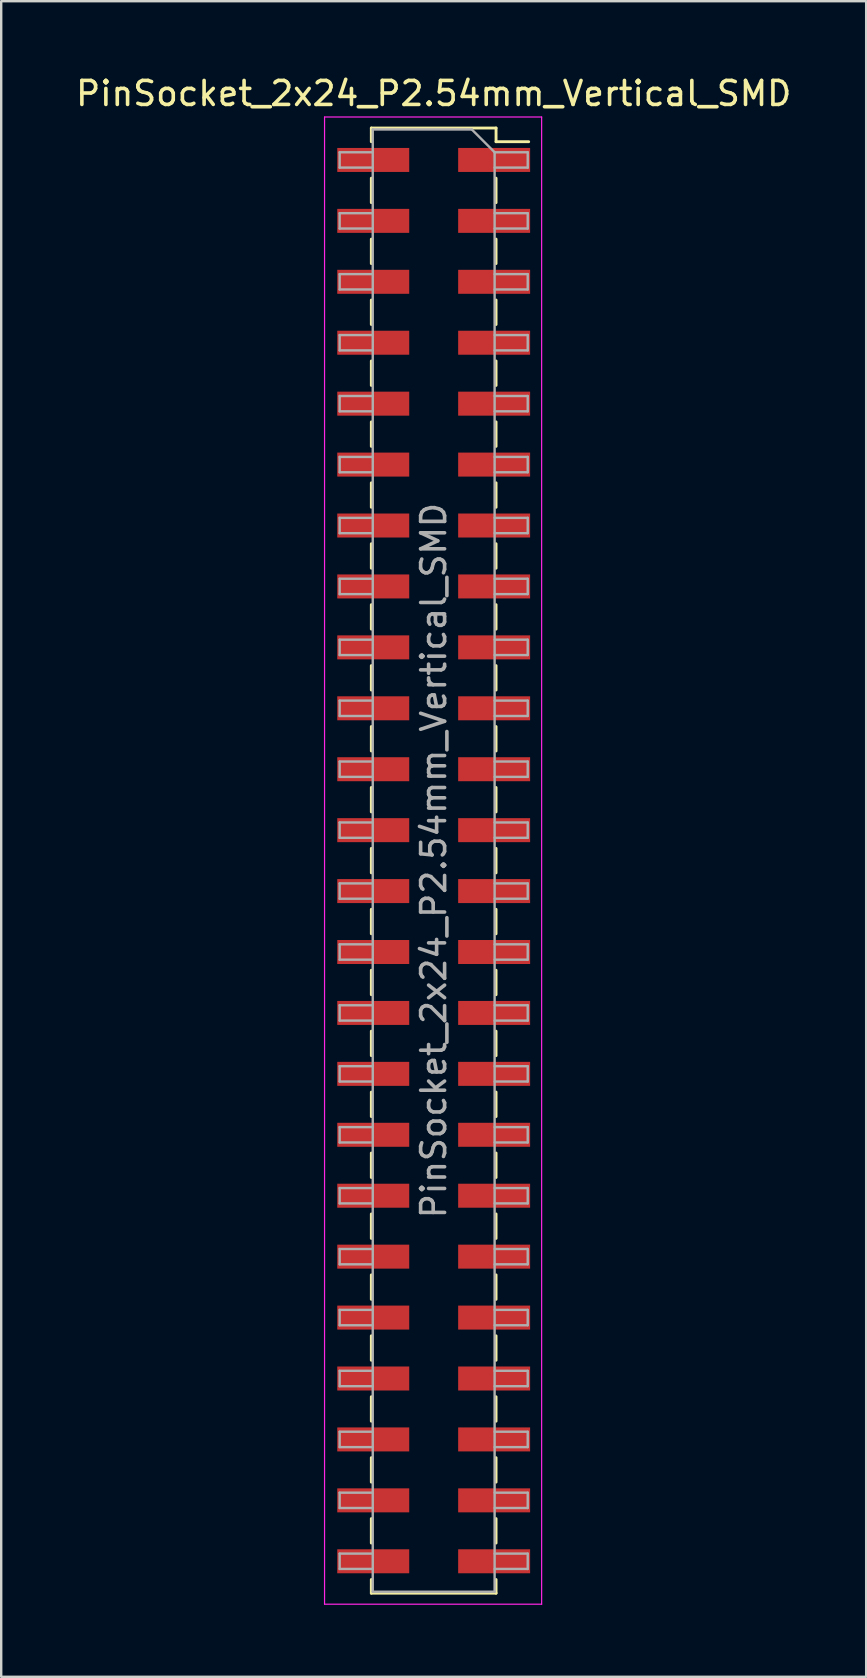
<source format=kicad_pcb>
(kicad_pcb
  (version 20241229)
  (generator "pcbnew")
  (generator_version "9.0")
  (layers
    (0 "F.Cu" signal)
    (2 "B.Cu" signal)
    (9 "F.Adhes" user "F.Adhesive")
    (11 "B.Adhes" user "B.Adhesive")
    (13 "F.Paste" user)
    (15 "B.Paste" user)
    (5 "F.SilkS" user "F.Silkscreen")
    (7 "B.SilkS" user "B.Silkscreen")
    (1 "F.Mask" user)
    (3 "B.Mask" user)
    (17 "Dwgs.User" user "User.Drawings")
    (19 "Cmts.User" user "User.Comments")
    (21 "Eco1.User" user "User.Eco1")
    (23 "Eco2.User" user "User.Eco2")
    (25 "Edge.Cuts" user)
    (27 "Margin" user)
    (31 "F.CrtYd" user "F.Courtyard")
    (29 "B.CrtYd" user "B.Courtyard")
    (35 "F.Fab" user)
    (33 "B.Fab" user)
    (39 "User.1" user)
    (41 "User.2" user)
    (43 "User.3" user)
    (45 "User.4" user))
  (footprint "PinSocket_2x24_P2.54mm_Vertical_SMD"
    (layer "F.Cu")
    (at 15.03 32.828)
    (property "Reference" "PinSocket_2x24_P2.54mm_Vertical_SMD" (at 0 -31.98 0) (layer "F.SilkS") (effects (font (size 1 1) (thickness 0.15))))
    (attr smd)
    (fp_line (start -2.6 -30.54) (end -2.6 -29.97) (stroke (width 0.12) (type solid)) (layer "F.SilkS"))
    (fp_line (start -2.6 -30.54) (end 2.6 -30.54) (stroke (width 0.12) (type solid)) (layer "F.SilkS"))
    (fp_line (start -2.6 -28.45) (end -2.6 -27.43) (stroke (width 0.12) (type solid)) (layer "F.SilkS"))
    (fp_line (start -2.6 -25.91) (end -2.6 -24.89) (stroke (width 0.12) (type solid)) (layer "F.SilkS"))
    (fp_line (start -2.6 -23.37) (end -2.6 -22.35) (stroke (width 0.12) (type solid)) (layer "F.SilkS"))
    (fp_line (start -2.6 -20.83) (end -2.6 -19.81) (stroke (width 0.12) (type solid)) (layer "F.SilkS"))
    (fp_line (start -2.6 -18.29) (end -2.6 -17.27) (stroke (width 0.12) (type solid)) (layer "F.SilkS"))
    (fp_line (start -2.6 -15.75) (end -2.6 -14.73) (stroke (width 0.12) (type solid)) (layer "F.SilkS"))
    (fp_line (start -2.6 -13.21) (end -2.6 -12.19) (stroke (width 0.12) (type solid)) (layer "F.SilkS"))
    (fp_line (start -2.6 -10.67) (end -2.6 -9.65) (stroke (width 0.12) (type solid)) (layer "F.SilkS"))
    (fp_line (start -2.6 -8.13) (end -2.6 -7.11) (stroke (width 0.12) (type solid)) (layer "F.SilkS"))
    (fp_line (start -2.6 -5.59) (end -2.6 -4.57) (stroke (width 0.12) (type solid)) (layer "F.SilkS"))
    (fp_line (start -2.6 -3.05) (end -2.6 -2.03) (stroke (width 0.12) (type solid)) (layer "F.SilkS"))
    (fp_line (start -2.6 -0.51) (end -2.6 0.51) (stroke (width 0.12) (type solid)) (layer "F.SilkS"))
    (fp_line (start -2.6 2.03) (end -2.6 3.05) (stroke (width 0.12) (type solid)) (layer "F.SilkS"))
    (fp_line (start -2.6 4.57) (end -2.6 5.59) (stroke (width 0.12) (type solid)) (layer "F.SilkS"))
    (fp_line (start -2.6 7.11) (end -2.6 8.13) (stroke (width 0.12) (type solid)) (layer "F.SilkS"))
    (fp_line (start -2.6 9.65) (end -2.6 10.67) (stroke (width 0.12) (type solid)) (layer "F.SilkS"))
    (fp_line (start -2.6 12.19) (end -2.6 13.21) (stroke (width 0.12) (type solid)) (layer "F.SilkS"))
    (fp_line (start -2.6 14.73) (end -2.6 15.75) (stroke (width 0.12) (type solid)) (layer "F.SilkS"))
    (fp_line (start -2.6 17.27) (end -2.6 18.29) (stroke (width 0.12) (type solid)) (layer "F.SilkS"))
    (fp_line (start -2.6 19.81) (end -2.6 20.83) (stroke (width 0.12) (type solid)) (layer "F.SilkS"))
    (fp_line (start -2.6 22.35) (end -2.6 23.37) (stroke (width 0.12) (type solid)) (layer "F.SilkS"))
    (fp_line (start -2.6 24.89) (end -2.6 25.91) (stroke (width 0.12) (type solid)) (layer "F.SilkS"))
    (fp_line (start -2.6 27.43) (end -2.6 28.45) (stroke (width 0.12) (type solid)) (layer "F.SilkS"))
    (fp_line (start -2.6 29.97) (end -2.6 30.54) (stroke (width 0.12) (type solid)) (layer "F.SilkS"))
    (fp_line (start -2.6 30.54) (end 2.6 30.54) (stroke (width 0.12) (type solid)) (layer "F.SilkS"))
    (fp_line (start 2.6 -30.54) (end 2.6 -29.97) (stroke (width 0.12) (type solid)) (layer "F.SilkS"))
    (fp_line (start 2.6 -29.97) (end 3.96 -29.97) (stroke (width 0.12) (type solid)) (layer "F.SilkS"))
    (fp_line (start 2.6 -28.45) (end 2.6 -27.43) (stroke (width 0.12) (type solid)) (layer "F.SilkS"))
    (fp_line (start 2.6 -25.91) (end 2.6 -24.89) (stroke (width 0.12) (type solid)) (layer "F.SilkS"))
    (fp_line (start 2.6 -23.37) (end 2.6 -22.35) (stroke (width 0.12) (type solid)) (layer "F.SilkS"))
    (fp_line (start 2.6 -20.83) (end 2.6 -19.81) (stroke (width 0.12) (type solid)) (layer "F.SilkS"))
    (fp_line (start 2.6 -18.29) (end 2.6 -17.27) (stroke (width 0.12) (type solid)) (layer "F.SilkS"))
    (fp_line (start 2.6 -15.75) (end 2.6 -14.73) (stroke (width 0.12) (type solid)) (layer "F.SilkS"))
    (fp_line (start 2.6 -13.21) (end 2.6 -12.19) (stroke (width 0.12) (type solid)) (layer "F.SilkS"))
    (fp_line (start 2.6 -10.67) (end 2.6 -9.65) (stroke (width 0.12) (type solid)) (layer "F.SilkS"))
    (fp_line (start 2.6 -8.13) (end 2.6 -7.11) (stroke (width 0.12) (type solid)) (layer "F.SilkS"))
    (fp_line (start 2.6 -5.59) (end 2.6 -4.57) (stroke (width 0.12) (type solid)) (layer "F.SilkS"))
    (fp_line (start 2.6 -3.05) (end 2.6 -2.03) (stroke (width 0.12) (type solid)) (layer "F.SilkS"))
    (fp_line (start 2.6 -0.51) (end 2.6 0.51) (stroke (width 0.12) (type solid)) (layer "F.SilkS"))
    (fp_line (start 2.6 2.03) (end 2.6 3.05) (stroke (width 0.12) (type solid)) (layer "F.SilkS"))
    (fp_line (start 2.6 4.57) (end 2.6 5.59) (stroke (width 0.12) (type solid)) (layer "F.SilkS"))
    (fp_line (start 2.6 7.11) (end 2.6 8.13) (stroke (width 0.12) (type solid)) (layer "F.SilkS"))
    (fp_line (start 2.6 9.65) (end 2.6 10.67) (stroke (width 0.12) (type solid)) (layer "F.SilkS"))
    (fp_line (start 2.6 12.19) (end 2.6 13.21) (stroke (width 0.12) (type solid)) (layer "F.SilkS"))
    (fp_line (start 2.6 14.73) (end 2.6 15.75) (stroke (width 0.12) (type solid)) (layer "F.SilkS"))
    (fp_line (start 2.6 17.27) (end 2.6 18.29) (stroke (width 0.12) (type solid)) (layer "F.SilkS"))
    (fp_line (start 2.6 19.81) (end 2.6 20.83) (stroke (width 0.12) (type solid)) (layer "F.SilkS"))
    (fp_line (start 2.6 22.35) (end 2.6 23.37) (stroke (width 0.12) (type solid)) (layer "F.SilkS"))
    (fp_line (start 2.6 24.89) (end 2.6 25.91) (stroke (width 0.12) (type solid)) (layer "F.SilkS"))
    (fp_line (start 2.6 27.43) (end 2.6 28.45) (stroke (width 0.12) (type solid)) (layer "F.SilkS"))
    (fp_line (start 2.6 29.97) (end 2.6 30.54) (stroke (width 0.12) (type solid)) (layer "F.SilkS"))
    (fp_line (start -4.55 -31) (end 4.5 -31) (stroke (width 0.05) (type solid)) (layer "F.CrtYd"))
    (fp_line (start -4.55 31) (end -4.55 -31) (stroke (width 0.05) (type solid)) (layer "F.CrtYd"))
    (fp_line (start 4.5 -31) (end 4.5 31) (stroke (width 0.05) (type solid)) (layer "F.CrtYd"))
    (fp_line (start 4.5 31) (end -4.55 31) (stroke (width 0.05) (type solid)) (layer "F.CrtYd"))
    (fp_line (start -3.92 -29.53) (end -2.54 -29.53) (stroke (width 0.1) (type solid)) (layer "F.Fab"))
    (fp_line (start -3.92 -28.89) (end -3.92 -29.53) (stroke (width 0.1) (type solid)) (layer "F.Fab"))
    (fp_line (start -3.92 -26.99) (end -2.54 -26.99) (stroke (width 0.1) (type solid)) (layer "F.Fab"))
    (fp_line (start -3.92 -26.35) (end -3.92 -26.99) (stroke (width 0.1) (type solid)) (layer "F.Fab"))
    (fp_line (start -3.92 -24.45) (end -2.54 -24.45) (stroke (width 0.1) (type solid)) (layer "F.Fab"))
    (fp_line (start -3.92 -23.81) (end -3.92 -24.45) (stroke (width 0.1) (type solid)) (layer "F.Fab"))
    (fp_line (start -3.92 -21.91) (end -2.54 -21.91) (stroke (width 0.1) (type solid)) (layer "F.Fab"))
    (fp_line (start -3.92 -21.27) (end -3.92 -21.91) (stroke (width 0.1) (type solid)) (layer "F.Fab"))
    (fp_line (start -3.92 -19.37) (end -2.54 -19.37) (stroke (width 0.1) (type solid)) (layer "F.Fab"))
    (fp_line (start -3.92 -18.73) (end -3.92 -19.37) (stroke (width 0.1) (type solid)) (layer "F.Fab"))
    (fp_line (start -3.92 -16.83) (end -2.54 -16.83) (stroke (width 0.1) (type solid)) (layer "F.Fab"))
    (fp_line (start -3.92 -16.19) (end -3.92 -16.83) (stroke (width 0.1) (type solid)) (layer "F.Fab"))
    (fp_line (start -3.92 -14.29) (end -2.54 -14.29) (stroke (width 0.1) (type solid)) (layer "F.Fab"))
    (fp_line (start -3.92 -13.65) (end -3.92 -14.29) (stroke (width 0.1) (type solid)) (layer "F.Fab"))
    (fp_line (start -3.92 -11.75) (end -2.54 -11.75) (stroke (width 0.1) (type solid)) (layer "F.Fab"))
    (fp_line (start -3.92 -11.11) (end -3.92 -11.75) (stroke (width 0.1) (type solid)) (layer "F.Fab"))
    (fp_line (start -3.92 -9.21) (end -2.54 -9.21) (stroke (width 0.1) (type solid)) (layer "F.Fab"))
    (fp_line (start -3.92 -8.57) (end -3.92 -9.21) (stroke (width 0.1) (type solid)) (layer "F.Fab"))
    (fp_line (start -3.92 -6.67) (end -2.54 -6.67) (stroke (width 0.1) (type solid)) (layer "F.Fab"))
    (fp_line (start -3.92 -6.03) (end -3.92 -6.67) (stroke (width 0.1) (type solid)) (layer "F.Fab"))
    (fp_line (start -3.92 -4.13) (end -2.54 -4.13) (stroke (width 0.1) (type solid)) (layer "F.Fab"))
    (fp_line (start -3.92 -3.49) (end -3.92 -4.13) (stroke (width 0.1) (type solid)) (layer "F.Fab"))
    (fp_line (start -3.92 -1.59) (end -2.54 -1.59) (stroke (width 0.1) (type solid)) (layer "F.Fab"))
    (fp_line (start -3.92 -0.95) (end -3.92 -1.59) (stroke (width 0.1) (type solid)) (layer "F.Fab"))
    (fp_line (start -3.92 0.95) (end -2.54 0.95) (stroke (width 0.1) (type solid)) (layer "F.Fab"))
    (fp_line (start -3.92 1.59) (end -3.92 0.95) (stroke (width 0.1) (type solid)) (layer "F.Fab"))
    (fp_line (start -3.92 3.49) (end -2.54 3.49) (stroke (width 0.1) (type solid)) (layer "F.Fab"))
    (fp_line (start -3.92 4.13) (end -3.92 3.49) (stroke (width 0.1) (type solid)) (layer "F.Fab"))
    (fp_line (start -3.92 6.03) (end -2.54 6.03) (stroke (width 0.1) (type solid)) (layer "F.Fab"))
    (fp_line (start -3.92 6.67) (end -3.92 6.03) (stroke (width 0.1) (type solid)) (layer "F.Fab"))
    (fp_line (start -3.92 8.57) (end -2.54 8.57) (stroke (width 0.1) (type solid)) (layer "F.Fab"))
    (fp_line (start -3.92 9.21) (end -3.92 8.57) (stroke (width 0.1) (type solid)) (layer "F.Fab"))
    (fp_line (start -3.92 11.11) (end -2.54 11.11) (stroke (width 0.1) (type solid)) (layer "F.Fab"))
    (fp_line (start -3.92 11.75) (end -3.92 11.11) (stroke (width 0.1) (type solid)) (layer "F.Fab"))
    (fp_line (start -3.92 13.65) (end -2.54 13.65) (stroke (width 0.1) (type solid)) (layer "F.Fab"))
    (fp_line (start -3.92 14.29) (end -3.92 13.65) (stroke (width 0.1) (type solid)) (layer "F.Fab"))
    (fp_line (start -3.92 16.19) (end -2.54 16.19) (stroke (width 0.1) (type solid)) (layer "F.Fab"))
    (fp_line (start -3.92 16.83) (end -3.92 16.19) (stroke (width 0.1) (type solid)) (layer "F.Fab"))
    (fp_line (start -3.92 18.73) (end -2.54 18.73) (stroke (width 0.1) (type solid)) (layer "F.Fab"))
    (fp_line (start -3.92 19.37) (end -3.92 18.73) (stroke (width 0.1) (type solid)) (layer "F.Fab"))
    (fp_line (start -3.92 21.27) (end -2.54 21.27) (stroke (width 0.1) (type solid)) (layer "F.Fab"))
    (fp_line (start -3.92 21.91) (end -3.92 21.27) (stroke (width 0.1) (type solid)) (layer "F.Fab"))
    (fp_line (start -3.92 23.81) (end -2.54 23.81) (stroke (width 0.1) (type solid)) (layer "F.Fab"))
    (fp_line (start -3.92 24.45) (end -3.92 23.81) (stroke (width 0.1) (type solid)) (layer "F.Fab"))
    (fp_line (start -3.92 26.35) (end -2.54 26.35) (stroke (width 0.1) (type solid)) (layer "F.Fab"))
    (fp_line (start -3.92 26.99) (end -3.92 26.35) (stroke (width 0.1) (type solid)) (layer "F.Fab"))
    (fp_line (start -3.92 28.89) (end -2.54 28.89) (stroke (width 0.1) (type solid)) (layer "F.Fab"))
    (fp_line (start -3.92 29.53) (end -3.92 28.89) (stroke (width 0.1) (type solid)) (layer "F.Fab"))
    (fp_line (start -2.54 -30.48) (end 1.59 -30.48) (stroke (width 0.1) (type solid)) (layer "F.Fab"))
    (fp_line (start -2.54 -28.89) (end -3.92 -28.89) (stroke (width 0.1) (type solid)) (layer "F.Fab"))
    (fp_line (start -2.54 -26.35) (end -3.92 -26.35) (stroke (width 0.1) (type solid)) (layer "F.Fab"))
    (fp_line (start -2.54 -23.81) (end -3.92 -23.81) (stroke (width 0.1) (type solid)) (layer "F.Fab"))
    (fp_line (start -2.54 -21.27) (end -3.92 -21.27) (stroke (width 0.1) (type solid)) (layer "F.Fab"))
    (fp_line (start -2.54 -18.73) (end -3.92 -18.73) (stroke (width 0.1) (type solid)) (layer "F.Fab"))
    (fp_line (start -2.54 -16.19) (end -3.92 -16.19) (stroke (width 0.1) (type solid)) (layer "F.Fab"))
    (fp_line (start -2.54 -13.65) (end -3.92 -13.65) (stroke (width 0.1) (type solid)) (layer "F.Fab"))
    (fp_line (start -2.54 -11.11) (end -3.92 -11.11) (stroke (width 0.1) (type solid)) (layer "F.Fab"))
    (fp_line (start -2.54 -8.57) (end -3.92 -8.57) (stroke (width 0.1) (type solid)) (layer "F.Fab"))
    (fp_line (start -2.54 -6.03) (end -3.92 -6.03) (stroke (width 0.1) (type solid)) (layer "F.Fab"))
    (fp_line (start -2.54 -3.49) (end -3.92 -3.49) (stroke (width 0.1) (type solid)) (layer "F.Fab"))
    (fp_line (start -2.54 -0.95) (end -3.92 -0.95) (stroke (width 0.1) (type solid)) (layer "F.Fab"))
    (fp_line (start -2.54 1.59) (end -3.92 1.59) (stroke (width 0.1) (type solid)) (layer "F.Fab"))
    (fp_line (start -2.54 4.13) (end -3.92 4.13) (stroke (width 0.1) (type solid)) (layer "F.Fab"))
    (fp_line (start -2.54 6.67) (end -3.92 6.67) (stroke (width 0.1) (type solid)) (layer "F.Fab"))
    (fp_line (start -2.54 9.21) (end -3.92 9.21) (stroke (width 0.1) (type solid)) (layer "F.Fab"))
    (fp_line (start -2.54 11.75) (end -3.92 11.75) (stroke (width 0.1) (type solid)) (layer "F.Fab"))
    (fp_line (start -2.54 14.29) (end -3.92 14.29) (stroke (width 0.1) (type solid)) (layer "F.Fab"))
    (fp_line (start -2.54 16.83) (end -3.92 16.83) (stroke (width 0.1) (type solid)) (layer "F.Fab"))
    (fp_line (start -2.54 19.37) (end -3.92 19.37) (stroke (width 0.1) (type solid)) (layer "F.Fab"))
    (fp_line (start -2.54 21.91) (end -3.92 21.91) (stroke (width 0.1) (type solid)) (layer "F.Fab"))
    (fp_line (start -2.54 24.45) (end -3.92 24.45) (stroke (width 0.1) (type solid)) (layer "F.Fab"))
    (fp_line (start -2.54 26.99) (end -3.92 26.99) (stroke (width 0.1) (type solid)) (layer "F.Fab"))
    (fp_line (start -2.54 29.53) (end -3.92 29.53) (stroke (width 0.1) (type solid)) (layer "F.Fab"))
    (fp_line (start -2.54 30.48) (end -2.54 -30.48) (stroke (width 0.1) (type solid)) (layer "F.Fab"))
    (fp_line (start 1.59 -30.48) (end 2.54 -29.53) (stroke (width 0.1) (type solid)) (layer "F.Fab"))
    (fp_line (start 2.54 -29.53) (end 2.54 30.48) (stroke (width 0.1) (type solid)) (layer "F.Fab"))
    (fp_line (start 2.54 -29.53) (end 3.92 -29.53) (stroke (width 0.1) (type solid)) (layer "F.Fab"))
    (fp_line (start 2.54 -26.99) (end 3.92 -26.99) (stroke (width 0.1) (type solid)) (layer "F.Fab"))
    (fp_line (start 2.54 -24.45) (end 3.92 -24.45) (stroke (width 0.1) (type solid)) (layer "F.Fab"))
    (fp_line (start 2.54 -21.91) (end 3.92 -21.91) (stroke (width 0.1) (type solid)) (layer "F.Fab"))
    (fp_line (start 2.54 -19.37) (end 3.92 -19.37) (stroke (width 0.1) (type solid)) (layer "F.Fab"))
    (fp_line (start 2.54 -16.83) (end 3.92 -16.83) (stroke (width 0.1) (type solid)) (layer "F.Fab"))
    (fp_line (start 2.54 -14.29) (end 3.92 -14.29) (stroke (width 0.1) (type solid)) (layer "F.Fab"))
    (fp_line (start 2.54 -11.75) (end 3.92 -11.75) (stroke (width 0.1) (type solid)) (layer "F.Fab"))
    (fp_line (start 2.54 -9.21) (end 3.92 -9.21) (stroke (width 0.1) (type solid)) (layer "F.Fab"))
    (fp_line (start 2.54 -6.67) (end 3.92 -6.67) (stroke (width 0.1) (type solid)) (layer "F.Fab"))
    (fp_line (start 2.54 -4.13) (end 3.92 -4.13) (stroke (width 0.1) (type solid)) (layer "F.Fab"))
    (fp_line (start 2.54 -1.59) (end 3.92 -1.59) (stroke (width 0.1) (type solid)) (layer "F.Fab"))
    (fp_line (start 2.54 0.95) (end 3.92 0.95) (stroke (width 0.1) (type solid)) (layer "F.Fab"))
    (fp_line (start 2.54 3.49) (end 3.92 3.49) (stroke (width 0.1) (type solid)) (layer "F.Fab"))
    (fp_line (start 2.54 6.03) (end 3.92 6.03) (stroke (width 0.1) (type solid)) (layer "F.Fab"))
    (fp_line (start 2.54 8.57) (end 3.92 8.57) (stroke (width 0.1) (type solid)) (layer "F.Fab"))
    (fp_line (start 2.54 11.11) (end 3.92 11.11) (stroke (width 0.1) (type solid)) (layer "F.Fab"))
    (fp_line (start 2.54 13.65) (end 3.92 13.65) (stroke (width 0.1) (type solid)) (layer "F.Fab"))
    (fp_line (start 2.54 16.19) (end 3.92 16.19) (stroke (width 0.1) (type solid)) (layer "F.Fab"))
    (fp_line (start 2.54 18.73) (end 3.92 18.73) (stroke (width 0.1) (type solid)) (layer "F.Fab"))
    (fp_line (start 2.54 21.27) (end 3.92 21.27) (stroke (width 0.1) (type solid)) (layer "F.Fab"))
    (fp_line (start 2.54 23.81) (end 3.92 23.81) (stroke (width 0.1) (type solid)) (layer "F.Fab"))
    (fp_line (start 2.54 26.35) (end 3.92 26.35) (stroke (width 0.1) (type solid)) (layer "F.Fab"))
    (fp_line (start 2.54 28.89) (end 3.92 28.89) (stroke (width 0.1) (type solid)) (layer "F.Fab"))
    (fp_line (start 2.54 30.48) (end -2.54 30.48) (stroke (width 0.1) (type solid)) (layer "F.Fab"))
    (fp_line (start 3.92 -29.53) (end 3.92 -28.89) (stroke (width 0.1) (type solid)) (layer "F.Fab"))
    (fp_line (start 3.92 -28.89) (end 2.54 -28.89) (stroke (width 0.1) (type solid)) (layer "F.Fab"))
    (fp_line (start 3.92 -26.99) (end 3.92 -26.35) (stroke (width 0.1) (type solid)) (layer "F.Fab"))
    (fp_line (start 3.92 -26.35) (end 2.54 -26.35) (stroke (width 0.1) (type solid)) (layer "F.Fab"))
    (fp_line (start 3.92 -24.45) (end 3.92 -23.81) (stroke (width 0.1) (type solid)) (layer "F.Fab"))
    (fp_line (start 3.92 -23.81) (end 2.54 -23.81) (stroke (width 0.1) (type solid)) (layer "F.Fab"))
    (fp_line (start 3.92 -21.91) (end 3.92 -21.27) (stroke (width 0.1) (type solid)) (layer "F.Fab"))
    (fp_line (start 3.92 -21.27) (end 2.54 -21.27) (stroke (width 0.1) (type solid)) (layer "F.Fab"))
    (fp_line (start 3.92 -19.37) (end 3.92 -18.73) (stroke (width 0.1) (type solid)) (layer "F.Fab"))
    (fp_line (start 3.92 -18.73) (end 2.54 -18.73) (stroke (width 0.1) (type solid)) (layer "F.Fab"))
    (fp_line (start 3.92 -16.83) (end 3.92 -16.19) (stroke (width 0.1) (type solid)) (layer "F.Fab"))
    (fp_line (start 3.92 -16.19) (end 2.54 -16.19) (stroke (width 0.1) (type solid)) (layer "F.Fab"))
    (fp_line (start 3.92 -14.29) (end 3.92 -13.65) (stroke (width 0.1) (type solid)) (layer "F.Fab"))
    (fp_line (start 3.92 -13.65) (end 2.54 -13.65) (stroke (width 0.1) (type solid)) (layer "F.Fab"))
    (fp_line (start 3.92 -11.75) (end 3.92 -11.11) (stroke (width 0.1) (type solid)) (layer "F.Fab"))
    (fp_line (start 3.92 -11.11) (end 2.54 -11.11) (stroke (width 0.1) (type solid)) (layer "F.Fab"))
    (fp_line (start 3.92 -9.21) (end 3.92 -8.57) (stroke (width 0.1) (type solid)) (layer "F.Fab"))
    (fp_line (start 3.92 -8.57) (end 2.54 -8.57) (stroke (width 0.1) (type solid)) (layer "F.Fab"))
    (fp_line (start 3.92 -6.67) (end 3.92 -6.03) (stroke (width 0.1) (type solid)) (layer "F.Fab"))
    (fp_line (start 3.92 -6.03) (end 2.54 -6.03) (stroke (width 0.1) (type solid)) (layer "F.Fab"))
    (fp_line (start 3.92 -4.13) (end 3.92 -3.49) (stroke (width 0.1) (type solid)) (layer "F.Fab"))
    (fp_line (start 3.92 -3.49) (end 2.54 -3.49) (stroke (width 0.1) (type solid)) (layer "F.Fab"))
    (fp_line (start 3.92 -1.59) (end 3.92 -0.95) (stroke (width 0.1) (type solid)) (layer "F.Fab"))
    (fp_line (start 3.92 -0.95) (end 2.54 -0.95) (stroke (width 0.1) (type solid)) (layer "F.Fab"))
    (fp_line (start 3.92 0.95) (end 3.92 1.59) (stroke (width 0.1) (type solid)) (layer "F.Fab"))
    (fp_line (start 3.92 1.59) (end 2.54 1.59) (stroke (width 0.1) (type solid)) (layer "F.Fab"))
    (fp_line (start 3.92 3.49) (end 3.92 4.13) (stroke (width 0.1) (type solid)) (layer "F.Fab"))
    (fp_line (start 3.92 4.13) (end 2.54 4.13) (stroke (width 0.1) (type solid)) (layer "F.Fab"))
    (fp_line (start 3.92 6.03) (end 3.92 6.67) (stroke (width 0.1) (type solid)) (layer "F.Fab"))
    (fp_line (start 3.92 6.67) (end 2.54 6.67) (stroke (width 0.1) (type solid)) (layer "F.Fab"))
    (fp_line (start 3.92 8.57) (end 3.92 9.21) (stroke (width 0.1) (type solid)) (layer "F.Fab"))
    (fp_line (start 3.92 9.21) (end 2.54 9.21) (stroke (width 0.1) (type solid)) (layer "F.Fab"))
    (fp_line (start 3.92 11.11) (end 3.92 11.75) (stroke (width 0.1) (type solid)) (layer "F.Fab"))
    (fp_line (start 3.92 11.75) (end 2.54 11.75) (stroke (width 0.1) (type solid)) (layer "F.Fab"))
    (fp_line (start 3.92 13.65) (end 3.92 14.29) (stroke (width 0.1) (type solid)) (layer "F.Fab"))
    (fp_line (start 3.92 14.29) (end 2.54 14.29) (stroke (width 0.1) (type solid)) (layer "F.Fab"))
    (fp_line (start 3.92 16.19) (end 3.92 16.83) (stroke (width 0.1) (type solid)) (layer "F.Fab"))
    (fp_line (start 3.92 16.83) (end 2.54 16.83) (stroke (width 0.1) (type solid)) (layer "F.Fab"))
    (fp_line (start 3.92 18.73) (end 3.92 19.37) (stroke (width 0.1) (type solid)) (layer "F.Fab"))
    (fp_line (start 3.92 19.37) (end 2.54 19.37) (stroke (width 0.1) (type solid)) (layer "F.Fab"))
    (fp_line (start 3.92 21.27) (end 3.92 21.91) (stroke (width 0.1) (type solid)) (layer "F.Fab"))
    (fp_line (start 3.92 21.91) (end 2.54 21.91) (stroke (width 0.1) (type solid)) (layer "F.Fab"))
    (fp_line (start 3.92 23.81) (end 3.92 24.45) (stroke (width 0.1) (type solid)) (layer "F.Fab"))
    (fp_line (start 3.92 24.45) (end 2.54 24.45) (stroke (width 0.1) (type solid)) (layer "F.Fab"))
    (fp_line (start 3.92 26.35) (end 3.92 26.99) (stroke (width 0.1) (type solid)) (layer "F.Fab"))
    (fp_line (start 3.92 26.99) (end 2.54 26.99) (stroke (width 0.1) (type solid)) (layer "F.Fab"))
    (fp_line (start 3.92 28.89) (end 3.92 29.53) (stroke (width 0.1) (type solid)) (layer "F.Fab"))
    (fp_line (start 3.92 29.53) (end 2.54 29.53) (stroke (width 0.1) (type solid)) (layer "F.Fab"))
    (fp_text user "${REFERENCE}" (at 0 0 90) (layer "F.Fab") (effects (font (size 1 1) (thickness 0.15))))
    (pad "1" smd rect (at 2.52 -29.21) (size 3 1) (layers "F.Cu" "F.Mask" "F.Paste"))
    (pad "2" smd rect (at -2.52 -29.21) (size 3 1) (layers "F.Cu" "F.Mask" "F.Paste"))
    (pad "3" smd rect (at 2.52 -26.67) (size 3 1) (layers "F.Cu" "F.Mask" "F.Paste"))
    (pad "4" smd rect (at -2.52 -26.67) (size 3 1) (layers "F.Cu" "F.Mask" "F.Paste"))
    (pad "5" smd rect (at 2.52 -24.13) (size 3 1) (layers "F.Cu" "F.Mask" "F.Paste"))
    (pad "6" smd rect (at -2.52 -24.13) (size 3 1) (layers "F.Cu" "F.Mask" "F.Paste"))
    (pad "7" smd rect (at 2.52 -21.59) (size 3 1) (layers "F.Cu" "F.Mask" "F.Paste"))
    (pad "8" smd rect (at -2.52 -21.59) (size 3 1) (layers "F.Cu" "F.Mask" "F.Paste"))
    (pad "9" smd rect (at 2.52 -19.05) (size 3 1) (layers "F.Cu" "F.Mask" "F.Paste"))
    (pad "10" smd rect (at -2.52 -19.05) (size 3 1) (layers "F.Cu" "F.Mask" "F.Paste"))
    (pad "11" smd rect (at 2.52 -16.51) (size 3 1) (layers "F.Cu" "F.Mask" "F.Paste"))
    (pad "12" smd rect (at -2.52 -16.51) (size 3 1) (layers "F.Cu" "F.Mask" "F.Paste"))
    (pad "13" smd rect (at 2.52 -13.97) (size 3 1) (layers "F.Cu" "F.Mask" "F.Paste"))
    (pad "14" smd rect (at -2.52 -13.97) (size 3 1) (layers "F.Cu" "F.Mask" "F.Paste"))
    (pad "15" smd rect (at 2.52 -11.43) (size 3 1) (layers "F.Cu" "F.Mask" "F.Paste"))
    (pad "16" smd rect (at -2.52 -11.43) (size 3 1) (layers "F.Cu" "F.Mask" "F.Paste"))
    (pad "17" smd rect (at 2.52 -8.89) (size 3 1) (layers "F.Cu" "F.Mask" "F.Paste"))
    (pad "18" smd rect (at -2.52 -8.89) (size 3 1) (layers "F.Cu" "F.Mask" "F.Paste"))
    (pad "19" smd rect (at 2.52 -6.35) (size 3 1) (layers "F.Cu" "F.Mask" "F.Paste"))
    (pad "20" smd rect (at -2.52 -6.35) (size 3 1) (layers "F.Cu" "F.Mask" "F.Paste"))
    (pad "21" smd rect (at 2.52 -3.81) (size 3 1) (layers "F.Cu" "F.Mask" "F.Paste"))
    (pad "22" smd rect (at -2.52 -3.81) (size 3 1) (layers "F.Cu" "F.Mask" "F.Paste"))
    (pad "23" smd rect (at 2.52 -1.27) (size 3 1) (layers "F.Cu" "F.Mask" "F.Paste"))
    (pad "24" smd rect (at -2.52 -1.27) (size 3 1) (layers "F.Cu" "F.Mask" "F.Paste"))
    (pad "25" smd rect (at 2.52 1.27) (size 3 1) (layers "F.Cu" "F.Mask" "F.Paste"))
    (pad "26" smd rect (at -2.52 1.27) (size 3 1) (layers "F.Cu" "F.Mask" "F.Paste"))
    (pad "27" smd rect (at 2.52 3.81) (size 3 1) (layers "F.Cu" "F.Mask" "F.Paste"))
    (pad "28" smd rect (at -2.52 3.81) (size 3 1) (layers "F.Cu" "F.Mask" "F.Paste"))
    (pad "29" smd rect (at 2.52 6.35) (size 3 1) (layers "F.Cu" "F.Mask" "F.Paste"))
    (pad "30" smd rect (at -2.52 6.35) (size 3 1) (layers "F.Cu" "F.Mask" "F.Paste"))
    (pad "31" smd rect (at 2.52 8.89) (size 3 1) (layers "F.Cu" "F.Mask" "F.Paste"))
    (pad "32" smd rect (at -2.52 8.89) (size 3 1) (layers "F.Cu" "F.Mask" "F.Paste"))
    (pad "33" smd rect (at 2.52 11.43) (size 3 1) (layers "F.Cu" "F.Mask" "F.Paste"))
    (pad "34" smd rect (at -2.52 11.43) (size 3 1) (layers "F.Cu" "F.Mask" "F.Paste"))
    (pad "35" smd rect (at 2.52 13.97) (size 3 1) (layers "F.Cu" "F.Mask" "F.Paste"))
    (pad "36" smd rect (at -2.52 13.97) (size 3 1) (layers "F.Cu" "F.Mask" "F.Paste"))
    (pad "37" smd rect (at 2.52 16.51) (size 3 1) (layers "F.Cu" "F.Mask" "F.Paste"))
    (pad "38" smd rect (at -2.52 16.51) (size 3 1) (layers "F.Cu" "F.Mask" "F.Paste"))
    (pad "39" smd rect (at 2.52 19.05) (size 3 1) (layers "F.Cu" "F.Mask" "F.Paste"))
    (pad "40" smd rect (at -2.52 19.05) (size 3 1) (layers "F.Cu" "F.Mask" "F.Paste"))
    (pad "41" smd rect (at 2.52 21.59) (size 3 1) (layers "F.Cu" "F.Mask" "F.Paste"))
    (pad "42" smd rect (at -2.52 21.59) (size 3 1) (layers "F.Cu" "F.Mask" "F.Paste"))
    (pad "43" smd rect (at 2.52 24.13) (size 3 1) (layers "F.Cu" "F.Mask" "F.Paste"))
    (pad "44" smd rect (at -2.52 24.13) (size 3 1) (layers "F.Cu" "F.Mask" "F.Paste"))
    (pad "45" smd rect (at 2.52 26.67) (size 3 1) (layers "F.Cu" "F.Mask" "F.Paste"))
    (pad "46" smd rect (at -2.52 26.67) (size 3 1) (layers "F.Cu" "F.Mask" "F.Paste"))
    (pad "47" smd rect (at 2.52 29.21) (size 3 1) (layers "F.Cu" "F.Mask" "F.Paste"))
    (pad "48" smd rect (at -2.52 29.21) (size 3 1) (layers "F.Cu" "F.Mask" "F.Paste")))
  (gr_rect
    (start -3 -3)
    (end 33.06 66.853)
    (stroke (width 0.1) (type default))
    (fill no)
    (layer "Edge.Cuts")))
</source>
